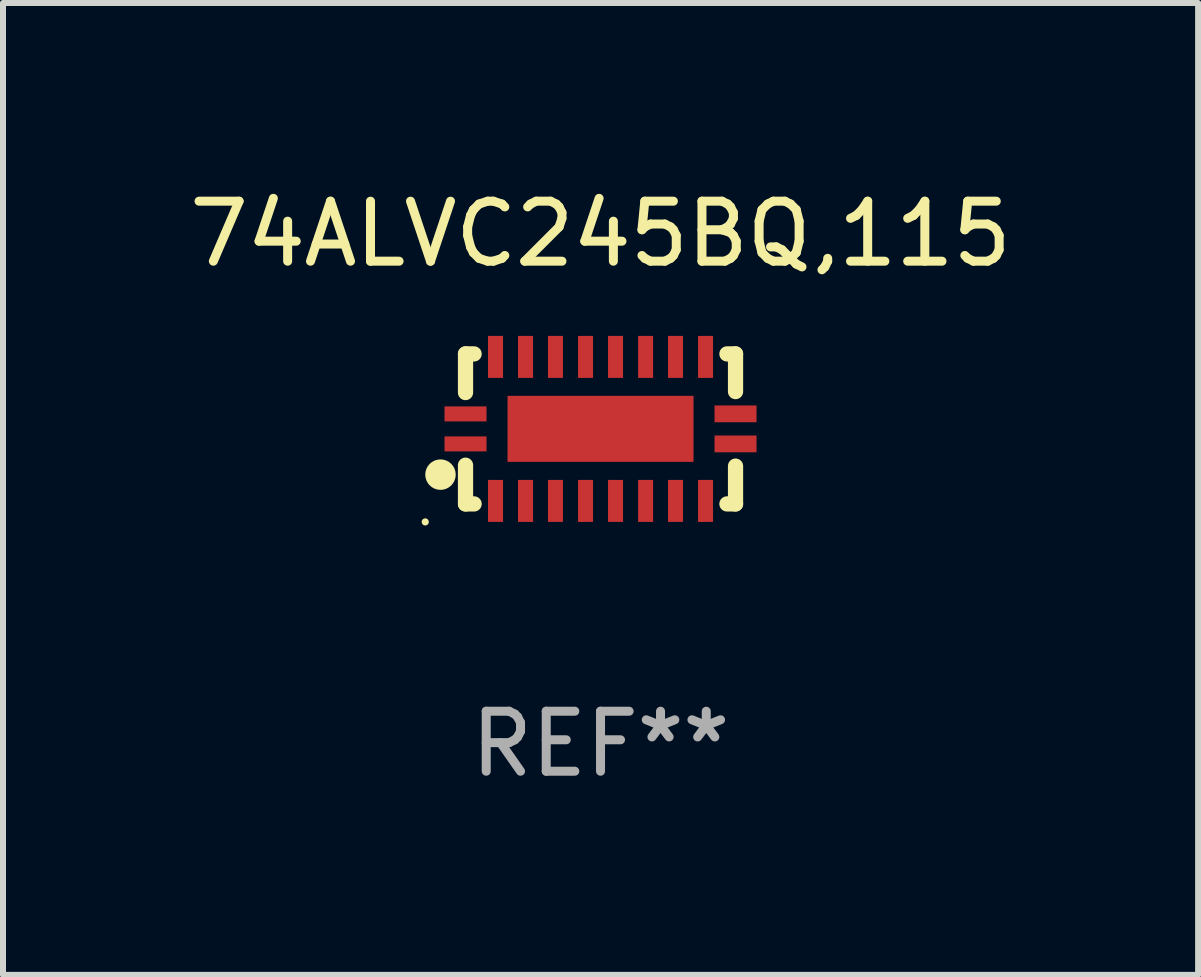
<source format=kicad_pcb>
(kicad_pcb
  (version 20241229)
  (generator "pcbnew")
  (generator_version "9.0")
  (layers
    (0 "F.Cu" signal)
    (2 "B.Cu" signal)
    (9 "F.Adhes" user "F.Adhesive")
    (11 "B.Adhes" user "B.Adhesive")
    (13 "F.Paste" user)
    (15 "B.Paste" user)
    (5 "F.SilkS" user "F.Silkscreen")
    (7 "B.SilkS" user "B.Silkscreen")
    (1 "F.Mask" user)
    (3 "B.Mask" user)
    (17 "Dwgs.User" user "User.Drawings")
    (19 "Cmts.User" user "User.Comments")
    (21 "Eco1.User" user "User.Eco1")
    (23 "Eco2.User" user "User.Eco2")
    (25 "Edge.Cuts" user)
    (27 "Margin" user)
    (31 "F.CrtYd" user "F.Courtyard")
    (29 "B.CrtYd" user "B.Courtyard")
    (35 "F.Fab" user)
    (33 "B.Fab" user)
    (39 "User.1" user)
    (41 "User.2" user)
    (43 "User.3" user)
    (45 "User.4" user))
  (footprint "74ALVC245BQ,115"
    (layer "F.Cu")
    (at 6.958 4.098)
    (property "Reference" "74ALVC245BQ,115" (at 0 -3.25 0) (layer "F.SilkS") (effects (font (size 1 1) (thickness 0.15))))
    (attr through_hole)
    (fp_line (start -2.25 0.605) (end -2.25 1.25) (stroke (width 0.254) (type solid)) (layer "F.SilkS"))
    (fp_line (start -2.25 1.25) (end -2.107 1.25) (stroke (width 0.254) (type solid)) (layer "F.SilkS"))
    (fp_line (start -2.25 -1.25) (end -2.25 -0.606) (stroke (width 0.254) (type solid)) (layer "F.SilkS"))
    (fp_line (start -2.25 -1.25) (end -2.107 -1.25) (stroke (width 0.254) (type solid)) (layer "F.SilkS"))
    (fp_line (start 2.107 -1.25) (end 2.25 -1.25) (stroke (width 0.254) (type solid)) (layer "F.SilkS"))
    (fp_line (start 2.107 1.25) (end 2.25 1.25) (stroke (width 0.254) (type solid)) (layer "F.SilkS"))
    (fp_line (start 2.25 -1.25) (end 2.25 -0.622) (stroke (width 0.254) (type solid)) (layer "F.SilkS"))
    (fp_line (start 2.25 0.62) (end 2.25 1.25) (stroke (width 0.254) (type solid)) (layer "F.SilkS"))
    (fp_circle (center -2.921 1.55) (end -2.891 1.55) (stroke (width 0.06) (type solid)) (fill no) (layer "F.SilkS"))
    (fp_circle (center -2.667 0.762) (end -2.54 0.762) (stroke (width 0.254) (type solid)) (fill no) (layer "F.SilkS"))
    (fp_text user "REF**" (at 0 5.25 0) (layer "F.Fab") (effects (font (size 1 1) (thickness 0.15))))
    (pad "1" smd rect (at -2.25 0.25 180) (size 0.7 0.25) (layers "F.Cu" "F.Mask" "F.Paste"))
    (pad "2" smd rect (at -1.75 1.2 90) (size 0.7 0.25) (layers "F.Cu" "F.Mask" "F.Paste"))
    (pad "3" smd rect (at -1.25 1.2 90) (size 0.7 0.25) (layers "F.Cu" "F.Mask" "F.Paste"))
    (pad "4" smd rect (at -0.751 1.2 90) (size 0.7 0.25) (layers "F.Cu" "F.Mask" "F.Paste"))
    (pad "5" smd rect (at -0.25 1.2 90) (size 0.7 0.25) (layers "F.Cu" "F.Mask" "F.Paste"))
    (pad "6" smd rect (at 0.25 1.2 90) (size 0.7 0.25) (layers "F.Cu" "F.Mask" "F.Paste"))
    (pad "7" smd rect (at 0.751 1.2 90) (size 0.7 0.25) (layers "F.Cu" "F.Mask" "F.Paste"))
    (pad "8" smd rect (at 1.25 1.2 90) (size 0.7 0.25) (layers "F.Cu" "F.Mask" "F.Paste"))
    (pad "9" smd rect (at 1.75 1.2 90) (size 0.7 0.25) (layers "F.Cu" "F.Mask" "F.Paste"))
    (pad "10" smd rect (at 2.25 0.25 180) (size 0.7 0.28) (layers "F.Cu" "F.Mask" "F.Paste"))
    (pad "11" smd rect (at 2.25 -0.251 180) (size 0.7 0.28) (layers "F.Cu" "F.Mask" "F.Paste"))
    (pad "12" smd rect (at 1.75 -1.2 90) (size 0.7 0.25) (layers "F.Cu" "F.Mask" "F.Paste"))
    (pad "13" smd rect (at 1.25 -1.2 90) (size 0.7 0.25) (layers "F.Cu" "F.Mask" "F.Paste"))
    (pad "14" smd rect (at 0.751 -1.2 90) (size 0.7 0.25) (layers "F.Cu" "F.Mask" "F.Paste"))
    (pad "15" smd rect (at 0.25 -1.2 90) (size 0.7 0.25) (layers "F.Cu" "F.Mask" "F.Paste"))
    (pad "16" smd rect (at -0.25 -1.2 90) (size 0.7 0.25) (layers "F.Cu" "F.Mask" "F.Paste"))
    (pad "17" smd rect (at -0.751 -1.2 90) (size 0.7 0.25) (layers "F.Cu" "F.Mask" "F.Paste"))
    (pad "18" smd rect (at -1.25 -1.2 90) (size 0.7 0.25) (layers "F.Cu" "F.Mask" "F.Paste"))
    (pad "19" smd rect (at -1.75 -1.2 90) (size 0.7 0.25) (layers "F.Cu" "F.Mask" "F.Paste"))
    (pad "20" smd rect (at -2.25 -0.25 180) (size 0.7 0.25) (layers "F.Cu" "F.Mask" "F.Paste"))
    (pad "21" smd rect (at 0 -0.001 180) (size 3.1 1.1) (layers "F.Cu" "F.Mask" "F.Paste")))
  (gr_rect
    (start -3 -3)
    (end 16.917 13.197)
    (stroke (width 0.1) (type default))
    (fill no)
    (layer "Edge.Cuts")))
</source>
